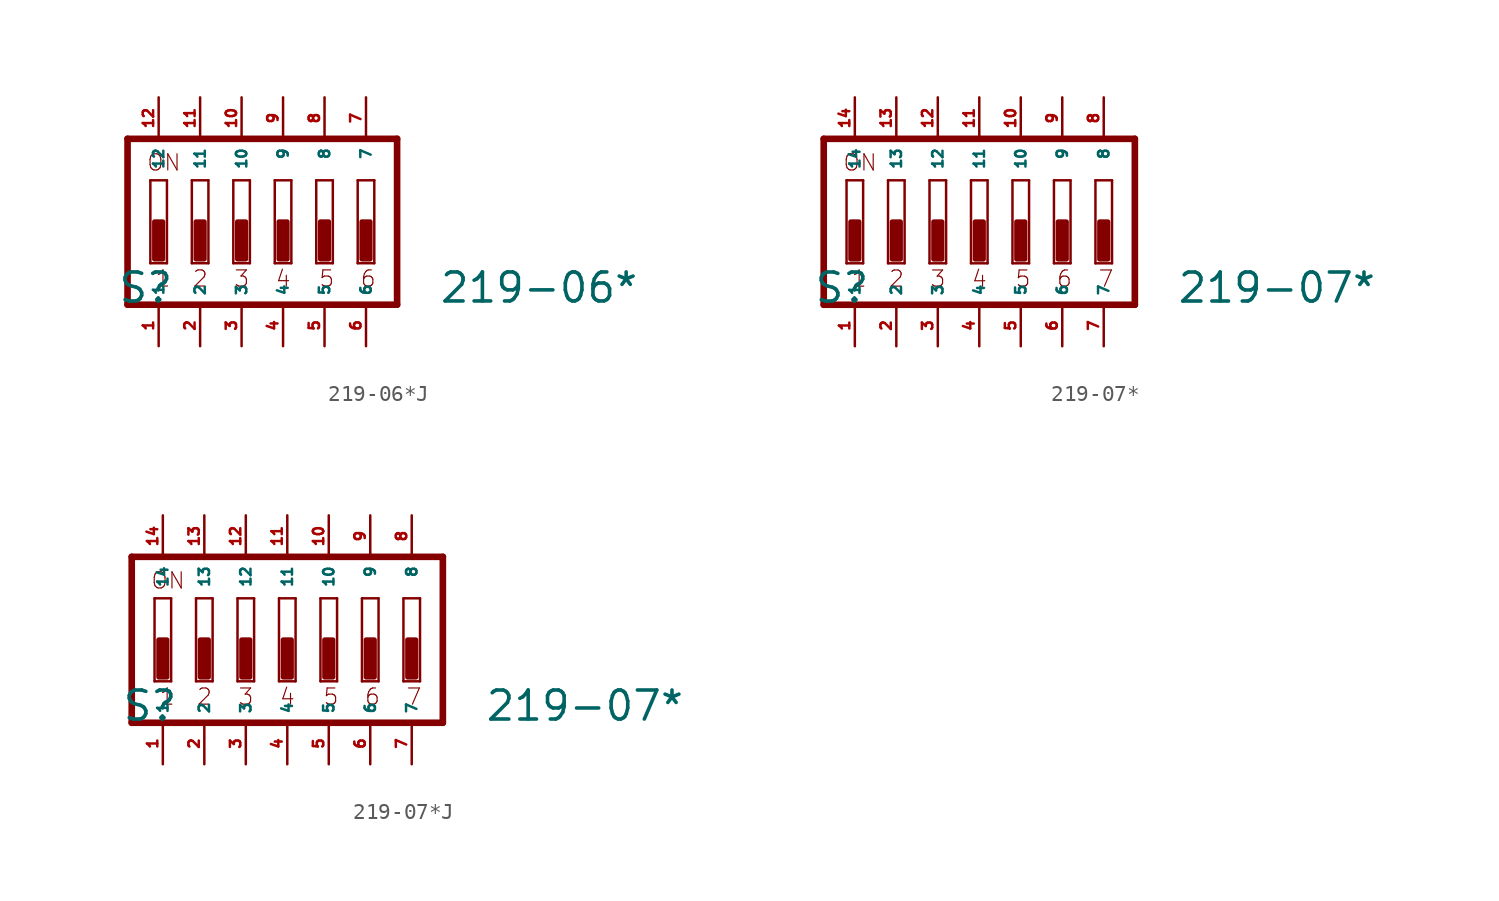
<source format=kicad_sym>
(kicad_symbol_lib
  (version 20220914)
  (generator Eagle2Kicad)
  (symbol "219-06*J"
    (property "Reference" "S"
      (at -10.16 -5.08 0)
      (effects (font (size 1.778 1.778) (thickness 0.22)) (justify left bottom)))
    (property "Value" "219-06*"
      (at 9.525 -5.08 0)
      (effects (font (size 1.778 1.778) (thickness 0.22)) (justify left bottom)))
    (polyline
      (pts (xy 6.985 5.08) (xy -9.525 5.08))
      (stroke (width 0.406) (type default))
      (fill (type none)))
    (polyline
      (pts (xy -9.525 5.08) (xy -9.525 -5.08))
      (stroke (width 0.406) (type default))
      (fill (type none)))
    (polyline
      (pts (xy -9.525 -5.08) (xy 6.985 -5.08))
      (stroke (width 0.406) (type default))
      (fill (type none)))
    (polyline
      (pts (xy 6.985 -5.08) (xy 6.985 5.08))
      (stroke (width 0.406) (type default))
      (fill (type none)))
    (polyline
      (pts (xy -7.112 -2.54) (xy -8.128 -2.54))
      (stroke (width 0.152) (type default))
      (fill (type none)))
    (polyline
      (pts (xy -8.128 2.54) (xy -7.112 2.54))
      (stroke (width 0.152) (type default))
      (fill (type none)))
    (polyline
      (pts (xy -7.112 2.54) (xy -7.112 -2.54))
      (stroke (width 0.152) (type default))
      (fill (type none)))
    (polyline
      (pts (xy -8.128 -2.54) (xy -8.128 2.54))
      (stroke (width 0.152) (type default))
      (fill (type none)))
    (polyline
      (pts (xy -4.572 -2.54) (xy -5.588 -2.54))
      (stroke (width 0.152) (type default))
      (fill (type none)))
    (polyline
      (pts (xy -5.588 2.54) (xy -4.572 2.54))
      (stroke (width 0.152) (type default))
      (fill (type none)))
    (polyline
      (pts (xy -4.572 2.54) (xy -4.572 -2.54))
      (stroke (width 0.152) (type default))
      (fill (type none)))
    (polyline
      (pts (xy -5.588 -2.54) (xy -5.588 2.54))
      (stroke (width 0.152) (type default))
      (fill (type none)))
    (polyline
      (pts (xy -2.032 -2.54) (xy -3.048 -2.54))
      (stroke (width 0.152) (type default))
      (fill (type none)))
    (polyline
      (pts (xy -3.048 2.54) (xy -2.032 2.54))
      (stroke (width 0.152) (type default))
      (fill (type none)))
    (polyline
      (pts (xy -2.032 2.54) (xy -2.032 -2.54))
      (stroke (width 0.152) (type default))
      (fill (type none)))
    (polyline
      (pts (xy -3.048 -2.54) (xy -3.048 2.54))
      (stroke (width 0.152) (type default))
      (fill (type none)))
    (polyline
      (pts (xy 0.508 -2.54) (xy -0.508 -2.54))
      (stroke (width 0.152) (type default))
      (fill (type none)))
    (polyline
      (pts (xy -0.508 2.54) (xy 0.508 2.54))
      (stroke (width 0.152) (type default))
      (fill (type none)))
    (polyline
      (pts (xy 0.508 2.54) (xy 0.508 -2.54))
      (stroke (width 0.152) (type default))
      (fill (type none)))
    (polyline
      (pts (xy -0.508 -2.54) (xy -0.508 2.54))
      (stroke (width 0.152) (type default))
      (fill (type none)))
    (polyline
      (pts (xy 3.048 -2.54) (xy 2.032 -2.54))
      (stroke (width 0.152) (type default))
      (fill (type none)))
    (polyline
      (pts (xy 2.032 2.54) (xy 3.048 2.54))
      (stroke (width 0.152) (type default))
      (fill (type none)))
    (polyline
      (pts (xy 3.048 2.54) (xy 3.048 -2.54))
      (stroke (width 0.152) (type default))
      (fill (type none)))
    (polyline
      (pts (xy 2.032 -2.54) (xy 2.032 2.54))
      (stroke (width 0.152) (type default))
      (fill (type none)))
    (polyline
      (pts (xy 5.588 -2.54) (xy 4.572 -2.54))
      (stroke (width 0.152) (type default))
      (fill (type none)))
    (polyline
      (pts (xy 4.572 2.54) (xy 5.588 2.54))
      (stroke (width 0.152) (type default))
      (fill (type none)))
    (polyline
      (pts (xy 5.588 2.54) (xy 5.588 -2.54))
      (stroke (width 0.152) (type default))
      (fill (type none)))
    (polyline
      (pts (xy 4.572 -2.54) (xy 4.572 2.54))
      (stroke (width 0.152) (type default))
      (fill (type none)))
    (text "1"
      (at -7.874 -4.064 0)
      (effects (font (size 0.991 0.991) (thickness 0.07)) (justify left bottom)))
    (text "2"
      (at -5.588 -4.064 0)
      (effects (font (size 0.991 0.991) (thickness 0.07)) (justify left bottom)))
    (text "3"
      (at -3.048 -4.064 0)
      (effects (font (size 0.991 0.991) (thickness 0.07)) (justify left bottom)))
    (text "4"
      (at -0.508 -4.064 0)
      (effects (font (size 0.991 0.991) (thickness 0.07)) (justify left bottom)))
    (text "5"
      (at 2.159 -4.064 0)
      (effects (font (size 0.991 0.991) (thickness 0.07)) (justify left bottom)))
    (text "6"
      (at 4.699 -4.064 0)
      (effects (font (size 0.991 0.991) (thickness 0.07)) (justify left bottom)))
    (text "ON"
      (at -8.382 3.048 0)
      (effects (font (size 0.991 0.991) (thickness 0.07)) (justify left bottom)))
    (rectangle
      (start -7.874 -2.286)
      (end -7.366 0)
      (stroke (width 0.3) (type default))
      (fill (type outline)))
    (rectangle
      (start -5.334 -2.286)
      (end -4.826 0)
      (stroke (width 0.3) (type default))
      (fill (type outline)))
    (rectangle
      (start -2.794 -2.286)
      (end -2.286 0)
      (stroke (width 0.3) (type default))
      (fill (type outline)))
    (rectangle
      (start -0.254 -2.286)
      (end 0.254 0)
      (stroke (width 0.3) (type default))
      (fill (type outline)))
    (rectangle
      (start 2.286 -2.286)
      (end 2.794 0)
      (stroke (width 0.3) (type default))
      (fill (type outline)))
    (rectangle
      (start 4.826 -2.286)
      (end 5.334 0)
      (stroke (width 0.3) (type default))
      (fill (type outline)))
    (pin passive line
      (at 5.08 7.62 270)
      (length 2.54)
      (name "7" (effects (font (size 0.635 0.635) (thickness 0.08)) (justify left bottom)))
      (number "7" (effects (font (size 0.635 0.635) (thickness 0.08)) (justify left bottom))))
    (pin passive line
      (at 2.54 7.62 270)
      (length 2.54)
      (name "8" (effects (font (size 0.635 0.635) (thickness 0.08)) (justify left bottom)))
      (number "8" (effects (font (size 0.635 0.635) (thickness 0.08)) (justify left bottom))))
    (pin passive line
      (at 0 7.62 270)
      (length 2.54)
      (name "9" (effects (font (size 0.635 0.635) (thickness 0.08)) (justify left bottom)))
      (number "9" (effects (font (size 0.635 0.635) (thickness 0.08)) (justify left bottom))))
    (pin passive line
      (at -2.54 7.62 270)
      (length 2.54)
      (name "10" (effects (font (size 0.635 0.635) (thickness 0.08)) (justify left bottom)))
      (number "10" (effects (font (size 0.635 0.635) (thickness 0.08)) (justify left bottom))))
    (pin passive line
      (at -5.08 7.62 270)
      (length 2.54)
      (name "11" (effects (font (size 0.635 0.635) (thickness 0.08)) (justify left bottom)))
      (number "11" (effects (font (size 0.635 0.635) (thickness 0.08)) (justify left bottom))))
    (pin passive line
      (at -7.62 7.62 270)
      (length 2.54)
      (name "12" (effects (font (size 0.635 0.635) (thickness 0.08)) (justify left bottom)))
      (number "12" (effects (font (size 0.635 0.635) (thickness 0.08)) (justify left bottom))))
    (pin passive line
      (at -7.62 -7.62 90)
      (length 2.54)
      (name "1" (effects (font (size 0.635 0.635) (thickness 0.08)) (justify left bottom)))
      (number "1" (effects (font (size 0.635 0.635) (thickness 0.08)) (justify left bottom))))
    (pin passive line
      (at -5.08 -7.62 90)
      (length 2.54)
      (name "2" (effects (font (size 0.635 0.635) (thickness 0.08)) (justify left bottom)))
      (number "2" (effects (font (size 0.635 0.635) (thickness 0.08)) (justify left bottom))))
    (pin passive line
      (at -2.54 -7.62 90)
      (length 2.54)
      (name "3" (effects (font (size 0.635 0.635) (thickness 0.08)) (justify left bottom)))
      (number "3" (effects (font (size 0.635 0.635) (thickness 0.08)) (justify left bottom))))
    (pin passive line
      (at 0 -7.62 90)
      (length 2.54)
      (name "4" (effects (font (size 0.635 0.635) (thickness 0.08)) (justify left bottom)))
      (number "4" (effects (font (size 0.635 0.635) (thickness 0.08)) (justify left bottom))))
    (pin passive line
      (at 2.54 -7.62 90)
      (length 2.54)
      (name "5" (effects (font (size 0.635 0.635) (thickness 0.08)) (justify left bottom)))
      (number "5" (effects (font (size 0.635 0.635) (thickness 0.08)) (justify left bottom))))
    (pin passive line
      (at 5.08 -7.62 90)
      (length 2.54)
      (name "6" (effects (font (size 0.635 0.635) (thickness 0.08)) (justify left bottom)))
      (number "6" (effects (font (size 0.635 0.635) (thickness 0.08)) (justify left bottom)))))
  (symbol "219-07*"
    (property "Reference" "S"
      (at -10.16 -5.08 0)
      (effects (font (size 1.778 1.778) (thickness 0.22)) (justify left bottom)))
    (property "Value" "219-07*"
      (at 12.065 -5.08 0)
      (effects (font (size 1.778 1.778) (thickness 0.22)) (justify left bottom)))
    (polyline
      (pts (xy 9.525 5.08) (xy -9.525 5.08))
      (stroke (width 0.406) (type default))
      (fill (type none)))
    (polyline
      (pts (xy -9.525 5.08) (xy -9.525 -5.08))
      (stroke (width 0.406) (type default))
      (fill (type none)))
    (polyline
      (pts (xy -9.525 -5.08) (xy 9.525 -5.08))
      (stroke (width 0.406) (type default))
      (fill (type none)))
    (polyline
      (pts (xy 9.525 -5.08) (xy 9.525 5.08))
      (stroke (width 0.406) (type default))
      (fill (type none)))
    (polyline
      (pts (xy -7.112 -2.54) (xy -8.128 -2.54))
      (stroke (width 0.152) (type default))
      (fill (type none)))
    (polyline
      (pts (xy -8.128 2.54) (xy -7.112 2.54))
      (stroke (width 0.152) (type default))
      (fill (type none)))
    (polyline
      (pts (xy -7.112 2.54) (xy -7.112 -2.54))
      (stroke (width 0.152) (type default))
      (fill (type none)))
    (polyline
      (pts (xy -8.128 -2.54) (xy -8.128 2.54))
      (stroke (width 0.152) (type default))
      (fill (type none)))
    (polyline
      (pts (xy -4.572 -2.54) (xy -5.588 -2.54))
      (stroke (width 0.152) (type default))
      (fill (type none)))
    (polyline
      (pts (xy -5.588 2.54) (xy -4.572 2.54))
      (stroke (width 0.152) (type default))
      (fill (type none)))
    (polyline
      (pts (xy -4.572 2.54) (xy -4.572 -2.54))
      (stroke (width 0.152) (type default))
      (fill (type none)))
    (polyline
      (pts (xy -5.588 -2.54) (xy -5.588 2.54))
      (stroke (width 0.152) (type default))
      (fill (type none)))
    (polyline
      (pts (xy -2.032 -2.54) (xy -3.048 -2.54))
      (stroke (width 0.152) (type default))
      (fill (type none)))
    (polyline
      (pts (xy -3.048 2.54) (xy -2.032 2.54))
      (stroke (width 0.152) (type default))
      (fill (type none)))
    (polyline
      (pts (xy -2.032 2.54) (xy -2.032 -2.54))
      (stroke (width 0.152) (type default))
      (fill (type none)))
    (polyline
      (pts (xy -3.048 -2.54) (xy -3.048 2.54))
      (stroke (width 0.152) (type default))
      (fill (type none)))
    (polyline
      (pts (xy 0.508 -2.54) (xy -0.508 -2.54))
      (stroke (width 0.152) (type default))
      (fill (type none)))
    (polyline
      (pts (xy -0.508 2.54) (xy 0.508 2.54))
      (stroke (width 0.152) (type default))
      (fill (type none)))
    (polyline
      (pts (xy 0.508 2.54) (xy 0.508 -2.54))
      (stroke (width 0.152) (type default))
      (fill (type none)))
    (polyline
      (pts (xy -0.508 -2.54) (xy -0.508 2.54))
      (stroke (width 0.152) (type default))
      (fill (type none)))
    (polyline
      (pts (xy 3.048 -2.54) (xy 2.032 -2.54))
      (stroke (width 0.152) (type default))
      (fill (type none)))
    (polyline
      (pts (xy 2.032 2.54) (xy 3.048 2.54))
      (stroke (width 0.152) (type default))
      (fill (type none)))
    (polyline
      (pts (xy 3.048 2.54) (xy 3.048 -2.54))
      (stroke (width 0.152) (type default))
      (fill (type none)))
    (polyline
      (pts (xy 2.032 -2.54) (xy 2.032 2.54))
      (stroke (width 0.152) (type default))
      (fill (type none)))
    (polyline
      (pts (xy 5.588 -2.54) (xy 4.572 -2.54))
      (stroke (width 0.152) (type default))
      (fill (type none)))
    (polyline
      (pts (xy 4.572 2.54) (xy 5.588 2.54))
      (stroke (width 0.152) (type default))
      (fill (type none)))
    (polyline
      (pts (xy 5.588 2.54) (xy 5.588 -2.54))
      (stroke (width 0.152) (type default))
      (fill (type none)))
    (polyline
      (pts (xy 4.572 -2.54) (xy 4.572 2.54))
      (stroke (width 0.152) (type default))
      (fill (type none)))
    (polyline
      (pts (xy 8.128 -2.54) (xy 7.112 -2.54))
      (stroke (width 0.152) (type default))
      (fill (type none)))
    (polyline
      (pts (xy 7.112 2.54) (xy 8.128 2.54))
      (stroke (width 0.152) (type default))
      (fill (type none)))
    (polyline
      (pts (xy 8.128 2.54) (xy 8.128 -2.54))
      (stroke (width 0.152) (type default))
      (fill (type none)))
    (polyline
      (pts (xy 7.112 -2.54) (xy 7.112 2.54))
      (stroke (width 0.152) (type default))
      (fill (type none)))
    (text "1"
      (at -7.874 -4.064 0)
      (effects (font (size 0.991 0.991) (thickness 0.07)) (justify left bottom)))
    (text "2"
      (at -5.588 -4.064 0)
      (effects (font (size 0.991 0.991) (thickness 0.07)) (justify left bottom)))
    (text "3"
      (at -3.048 -4.064 0)
      (effects (font (size 0.991 0.991) (thickness 0.07)) (justify left bottom)))
    (text "4"
      (at -0.508 -4.064 0)
      (effects (font (size 0.991 0.991) (thickness 0.07)) (justify left bottom)))
    (text "5"
      (at 2.159 -4.064 0)
      (effects (font (size 0.991 0.991) (thickness 0.07)) (justify left bottom)))
    (text "6"
      (at 4.699 -4.064 0)
      (effects (font (size 0.991 0.991) (thickness 0.07)) (justify left bottom)))
    (text "7"
      (at 7.239 -4.064 0)
      (effects (font (size 0.991 0.991) (thickness 0.07)) (justify left bottom)))
    (text "ON"
      (at -8.382 3.048 0)
      (effects (font (size 0.991 0.991) (thickness 0.07)) (justify left bottom)))
    (rectangle
      (start -7.874 -2.286)
      (end -7.366 0)
      (stroke (width 0.3) (type default))
      (fill (type outline)))
    (rectangle
      (start -5.334 -2.286)
      (end -4.826 0)
      (stroke (width 0.3) (type default))
      (fill (type outline)))
    (rectangle
      (start -2.794 -2.286)
      (end -2.286 0)
      (stroke (width 0.3) (type default))
      (fill (type outline)))
    (rectangle
      (start -0.254 -2.286)
      (end 0.254 0)
      (stroke (width 0.3) (type default))
      (fill (type outline)))
    (rectangle
      (start 2.286 -2.286)
      (end 2.794 0)
      (stroke (width 0.3) (type default))
      (fill (type outline)))
    (rectangle
      (start 4.826 -2.286)
      (end 5.334 0)
      (stroke (width 0.3) (type default))
      (fill (type outline)))
    (rectangle
      (start 7.366 -2.286)
      (end 7.874 0)
      (stroke (width 0.3) (type default))
      (fill (type outline)))
    (pin passive line
      (at 7.62 7.62 270)
      (length 2.54)
      (name "8" (effects (font (size 0.635 0.635) (thickness 0.08)) (justify left bottom)))
      (number "8" (effects (font (size 0.635 0.635) (thickness 0.08)) (justify left bottom))))
    (pin passive line
      (at 5.08 7.62 270)
      (length 2.54)
      (name "9" (effects (font (size 0.635 0.635) (thickness 0.08)) (justify left bottom)))
      (number "9" (effects (font (size 0.635 0.635) (thickness 0.08)) (justify left bottom))))
    (pin passive line
      (at 2.54 7.62 270)
      (length 2.54)
      (name "10" (effects (font (size 0.635 0.635) (thickness 0.08)) (justify left bottom)))
      (number "10" (effects (font (size 0.635 0.635) (thickness 0.08)) (justify left bottom))))
    (pin passive line
      (at 0 7.62 270)
      (length 2.54)
      (name "11" (effects (font (size 0.635 0.635) (thickness 0.08)) (justify left bottom)))
      (number "11" (effects (font (size 0.635 0.635) (thickness 0.08)) (justify left bottom))))
    (pin passive line
      (at -2.54 7.62 270)
      (length 2.54)
      (name "12" (effects (font (size 0.635 0.635) (thickness 0.08)) (justify left bottom)))
      (number "12" (effects (font (size 0.635 0.635) (thickness 0.08)) (justify left bottom))))
    (pin passive line
      (at -5.08 7.62 270)
      (length 2.54)
      (name "13" (effects (font (size 0.635 0.635) (thickness 0.08)) (justify left bottom)))
      (number "13" (effects (font (size 0.635 0.635) (thickness 0.08)) (justify left bottom))))
    (pin passive line
      (at -7.62 7.62 270)
      (length 2.54)
      (name "14" (effects (font (size 0.635 0.635) (thickness 0.08)) (justify left bottom)))
      (number "14" (effects (font (size 0.635 0.635) (thickness 0.08)) (justify left bottom))))
    (pin passive line
      (at -7.62 -7.62 90)
      (length 2.54)
      (name "1" (effects (font (size 0.635 0.635) (thickness 0.08)) (justify left bottom)))
      (number "1" (effects (font (size 0.635 0.635) (thickness 0.08)) (justify left bottom))))
    (pin passive line
      (at -5.08 -7.62 90)
      (length 2.54)
      (name "2" (effects (font (size 0.635 0.635) (thickness 0.08)) (justify left bottom)))
      (number "2" (effects (font (size 0.635 0.635) (thickness 0.08)) (justify left bottom))))
    (pin passive line
      (at -2.54 -7.62 90)
      (length 2.54)
      (name "3" (effects (font (size 0.635 0.635) (thickness 0.08)) (justify left bottom)))
      (number "3" (effects (font (size 0.635 0.635) (thickness 0.08)) (justify left bottom))))
    (pin passive line
      (at 0 -7.62 90)
      (length 2.54)
      (name "4" (effects (font (size 0.635 0.635) (thickness 0.08)) (justify left bottom)))
      (number "4" (effects (font (size 0.635 0.635) (thickness 0.08)) (justify left bottom))))
    (pin passive line
      (at 2.54 -7.62 90)
      (length 2.54)
      (name "5" (effects (font (size 0.635 0.635) (thickness 0.08)) (justify left bottom)))
      (number "5" (effects (font (size 0.635 0.635) (thickness 0.08)) (justify left bottom))))
    (pin passive line
      (at 5.08 -7.62 90)
      (length 2.54)
      (name "6" (effects (font (size 0.635 0.635) (thickness 0.08)) (justify left bottom)))
      (number "6" (effects (font (size 0.635 0.635) (thickness 0.08)) (justify left bottom))))
    (pin passive line
      (at 7.62 -7.62 90)
      (length 2.54)
      (name "7" (effects (font (size 0.635 0.635) (thickness 0.08)) (justify left bottom)))
      (number "7" (effects (font (size 0.635 0.635) (thickness 0.08)) (justify left bottom)))))
  (symbol "219-07*J"
    (property "Reference" "S"
      (at -10.16 -5.08 0)
      (effects (font (size 1.778 1.778) (thickness 0.22)) (justify left bottom)))
    (property "Value" "219-07*"
      (at 12.065 -5.08 0)
      (effects (font (size 1.778 1.778) (thickness 0.22)) (justify left bottom)))
    (polyline
      (pts (xy 9.525 5.08) (xy -9.525 5.08))
      (stroke (width 0.406) (type default))
      (fill (type none)))
    (polyline
      (pts (xy -9.525 5.08) (xy -9.525 -5.08))
      (stroke (width 0.406) (type default))
      (fill (type none)))
    (polyline
      (pts (xy -9.525 -5.08) (xy 9.525 -5.08))
      (stroke (width 0.406) (type default))
      (fill (type none)))
    (polyline
      (pts (xy 9.525 -5.08) (xy 9.525 5.08))
      (stroke (width 0.406) (type default))
      (fill (type none)))
    (polyline
      (pts (xy -7.112 -2.54) (xy -8.128 -2.54))
      (stroke (width 0.152) (type default))
      (fill (type none)))
    (polyline
      (pts (xy -8.128 2.54) (xy -7.112 2.54))
      (stroke (width 0.152) (type default))
      (fill (type none)))
    (polyline
      (pts (xy -7.112 2.54) (xy -7.112 -2.54))
      (stroke (width 0.152) (type default))
      (fill (type none)))
    (polyline
      (pts (xy -8.128 -2.54) (xy -8.128 2.54))
      (stroke (width 0.152) (type default))
      (fill (type none)))
    (polyline
      (pts (xy -4.572 -2.54) (xy -5.588 -2.54))
      (stroke (width 0.152) (type default))
      (fill (type none)))
    (polyline
      (pts (xy -5.588 2.54) (xy -4.572 2.54))
      (stroke (width 0.152) (type default))
      (fill (type none)))
    (polyline
      (pts (xy -4.572 2.54) (xy -4.572 -2.54))
      (stroke (width 0.152) (type default))
      (fill (type none)))
    (polyline
      (pts (xy -5.588 -2.54) (xy -5.588 2.54))
      (stroke (width 0.152) (type default))
      (fill (type none)))
    (polyline
      (pts (xy -2.032 -2.54) (xy -3.048 -2.54))
      (stroke (width 0.152) (type default))
      (fill (type none)))
    (polyline
      (pts (xy -3.048 2.54) (xy -2.032 2.54))
      (stroke (width 0.152) (type default))
      (fill (type none)))
    (polyline
      (pts (xy -2.032 2.54) (xy -2.032 -2.54))
      (stroke (width 0.152) (type default))
      (fill (type none)))
    (polyline
      (pts (xy -3.048 -2.54) (xy -3.048 2.54))
      (stroke (width 0.152) (type default))
      (fill (type none)))
    (polyline
      (pts (xy 0.508 -2.54) (xy -0.508 -2.54))
      (stroke (width 0.152) (type default))
      (fill (type none)))
    (polyline
      (pts (xy -0.508 2.54) (xy 0.508 2.54))
      (stroke (width 0.152) (type default))
      (fill (type none)))
    (polyline
      (pts (xy 0.508 2.54) (xy 0.508 -2.54))
      (stroke (width 0.152) (type default))
      (fill (type none)))
    (polyline
      (pts (xy -0.508 -2.54) (xy -0.508 2.54))
      (stroke (width 0.152) (type default))
      (fill (type none)))
    (polyline
      (pts (xy 3.048 -2.54) (xy 2.032 -2.54))
      (stroke (width 0.152) (type default))
      (fill (type none)))
    (polyline
      (pts (xy 2.032 2.54) (xy 3.048 2.54))
      (stroke (width 0.152) (type default))
      (fill (type none)))
    (polyline
      (pts (xy 3.048 2.54) (xy 3.048 -2.54))
      (stroke (width 0.152) (type default))
      (fill (type none)))
    (polyline
      (pts (xy 2.032 -2.54) (xy 2.032 2.54))
      (stroke (width 0.152) (type default))
      (fill (type none)))
    (polyline
      (pts (xy 5.588 -2.54) (xy 4.572 -2.54))
      (stroke (width 0.152) (type default))
      (fill (type none)))
    (polyline
      (pts (xy 4.572 2.54) (xy 5.588 2.54))
      (stroke (width 0.152) (type default))
      (fill (type none)))
    (polyline
      (pts (xy 5.588 2.54) (xy 5.588 -2.54))
      (stroke (width 0.152) (type default))
      (fill (type none)))
    (polyline
      (pts (xy 4.572 -2.54) (xy 4.572 2.54))
      (stroke (width 0.152) (type default))
      (fill (type none)))
    (polyline
      (pts (xy 8.128 -2.54) (xy 7.112 -2.54))
      (stroke (width 0.152) (type default))
      (fill (type none)))
    (polyline
      (pts (xy 7.112 2.54) (xy 8.128 2.54))
      (stroke (width 0.152) (type default))
      (fill (type none)))
    (polyline
      (pts (xy 8.128 2.54) (xy 8.128 -2.54))
      (stroke (width 0.152) (type default))
      (fill (type none)))
    (polyline
      (pts (xy 7.112 -2.54) (xy 7.112 2.54))
      (stroke (width 0.152) (type default))
      (fill (type none)))
    (text "1"
      (at -7.874 -4.064 0)
      (effects (font (size 0.991 0.991) (thickness 0.07)) (justify left bottom)))
    (text "2"
      (at -5.588 -4.064 0)
      (effects (font (size 0.991 0.991) (thickness 0.07)) (justify left bottom)))
    (text "3"
      (at -3.048 -4.064 0)
      (effects (font (size 0.991 0.991) (thickness 0.07)) (justify left bottom)))
    (text "4"
      (at -0.508 -4.064 0)
      (effects (font (size 0.991 0.991) (thickness 0.07)) (justify left bottom)))
    (text "5"
      (at 2.159 -4.064 0)
      (effects (font (size 0.991 0.991) (thickness 0.07)) (justify left bottom)))
    (text "6"
      (at 4.699 -4.064 0)
      (effects (font (size 0.991 0.991) (thickness 0.07)) (justify left bottom)))
    (text "7"
      (at 7.239 -4.064 0)
      (effects (font (size 0.991 0.991) (thickness 0.07)) (justify left bottom)))
    (text "ON"
      (at -8.382 3.048 0)
      (effects (font (size 0.991 0.991) (thickness 0.07)) (justify left bottom)))
    (rectangle
      (start -7.874 -2.286)
      (end -7.366 0)
      (stroke (width 0.3) (type default))
      (fill (type outline)))
    (rectangle
      (start -5.334 -2.286)
      (end -4.826 0)
      (stroke (width 0.3) (type default))
      (fill (type outline)))
    (rectangle
      (start -2.794 -2.286)
      (end -2.286 0)
      (stroke (width 0.3) (type default))
      (fill (type outline)))
    (rectangle
      (start -0.254 -2.286)
      (end 0.254 0)
      (stroke (width 0.3) (type default))
      (fill (type outline)))
    (rectangle
      (start 2.286 -2.286)
      (end 2.794 0)
      (stroke (width 0.3) (type default))
      (fill (type outline)))
    (rectangle
      (start 4.826 -2.286)
      (end 5.334 0)
      (stroke (width 0.3) (type default))
      (fill (type outline)))
    (rectangle
      (start 7.366 -2.286)
      (end 7.874 0)
      (stroke (width 0.3) (type default))
      (fill (type outline)))
    (pin passive line
      (at 7.62 7.62 270)
      (length 2.54)
      (name "8" (effects (font (size 0.635 0.635) (thickness 0.08)) (justify left bottom)))
      (number "8" (effects (font (size 0.635 0.635) (thickness 0.08)) (justify left bottom))))
    (pin passive line
      (at 5.08 7.62 270)
      (length 2.54)
      (name "9" (effects (font (size 0.635 0.635) (thickness 0.08)) (justify left bottom)))
      (number "9" (effects (font (size 0.635 0.635) (thickness 0.08)) (justify left bottom))))
    (pin passive line
      (at 2.54 7.62 270)
      (length 2.54)
      (name "10" (effects (font (size 0.635 0.635) (thickness 0.08)) (justify left bottom)))
      (number "10" (effects (font (size 0.635 0.635) (thickness 0.08)) (justify left bottom))))
    (pin passive line
      (at 0 7.62 270)
      (length 2.54)
      (name "11" (effects (font (size 0.635 0.635) (thickness 0.08)) (justify left bottom)))
      (number "11" (effects (font (size 0.635 0.635) (thickness 0.08)) (justify left bottom))))
    (pin passive line
      (at -2.54 7.62 270)
      (length 2.54)
      (name "12" (effects (font (size 0.635 0.635) (thickness 0.08)) (justify left bottom)))
      (number "12" (effects (font (size 0.635 0.635) (thickness 0.08)) (justify left bottom))))
    (pin passive line
      (at -5.08 7.62 270)
      (length 2.54)
      (name "13" (effects (font (size 0.635 0.635) (thickness 0.08)) (justify left bottom)))
      (number "13" (effects (font (size 0.635 0.635) (thickness 0.08)) (justify left bottom))))
    (pin passive line
      (at -7.62 7.62 270)
      (length 2.54)
      (name "14" (effects (font (size 0.635 0.635) (thickness 0.08)) (justify left bottom)))
      (number "14" (effects (font (size 0.635 0.635) (thickness 0.08)) (justify left bottom))))
    (pin passive line
      (at -7.62 -7.62 90)
      (length 2.54)
      (name "1" (effects (font (size 0.635 0.635) (thickness 0.08)) (justify left bottom)))
      (number "1" (effects (font (size 0.635 0.635) (thickness 0.08)) (justify left bottom))))
    (pin passive line
      (at -5.08 -7.62 90)
      (length 2.54)
      (name "2" (effects (font (size 0.635 0.635) (thickness 0.08)) (justify left bottom)))
      (number "2" (effects (font (size 0.635 0.635) (thickness 0.08)) (justify left bottom))))
    (pin passive line
      (at -2.54 -7.62 90)
      (length 2.54)
      (name "3" (effects (font (size 0.635 0.635) (thickness 0.08)) (justify left bottom)))
      (number "3" (effects (font (size 0.635 0.635) (thickness 0.08)) (justify left bottom))))
    (pin passive line
      (at 0 -7.62 90)
      (length 2.54)
      (name "4" (effects (font (size 0.635 0.635) (thickness 0.08)) (justify left bottom)))
      (number "4" (effects (font (size 0.635 0.635) (thickness 0.08)) (justify left bottom))))
    (pin passive line
      (at 2.54 -7.62 90)
      (length 2.54)
      (name "5" (effects (font (size 0.635 0.635) (thickness 0.08)) (justify left bottom)))
      (number "5" (effects (font (size 0.635 0.635) (thickness 0.08)) (justify left bottom))))
    (pin passive line
      (at 5.08 -7.62 90)
      (length 2.54)
      (name "6" (effects (font (size 0.635 0.635) (thickness 0.08)) (justify left bottom)))
      (number "6" (effects (font (size 0.635 0.635) (thickness 0.08)) (justify left bottom))))
    (pin passive line
      (at 7.62 -7.62 90)
      (length 2.54)
      (name "7" (effects (font (size 0.635 0.635) (thickness 0.08)) (justify left bottom)))
      (number "7" (effects (font (size 0.635 0.635) (thickness 0.08)) (justify left bottom))))))
</source>
